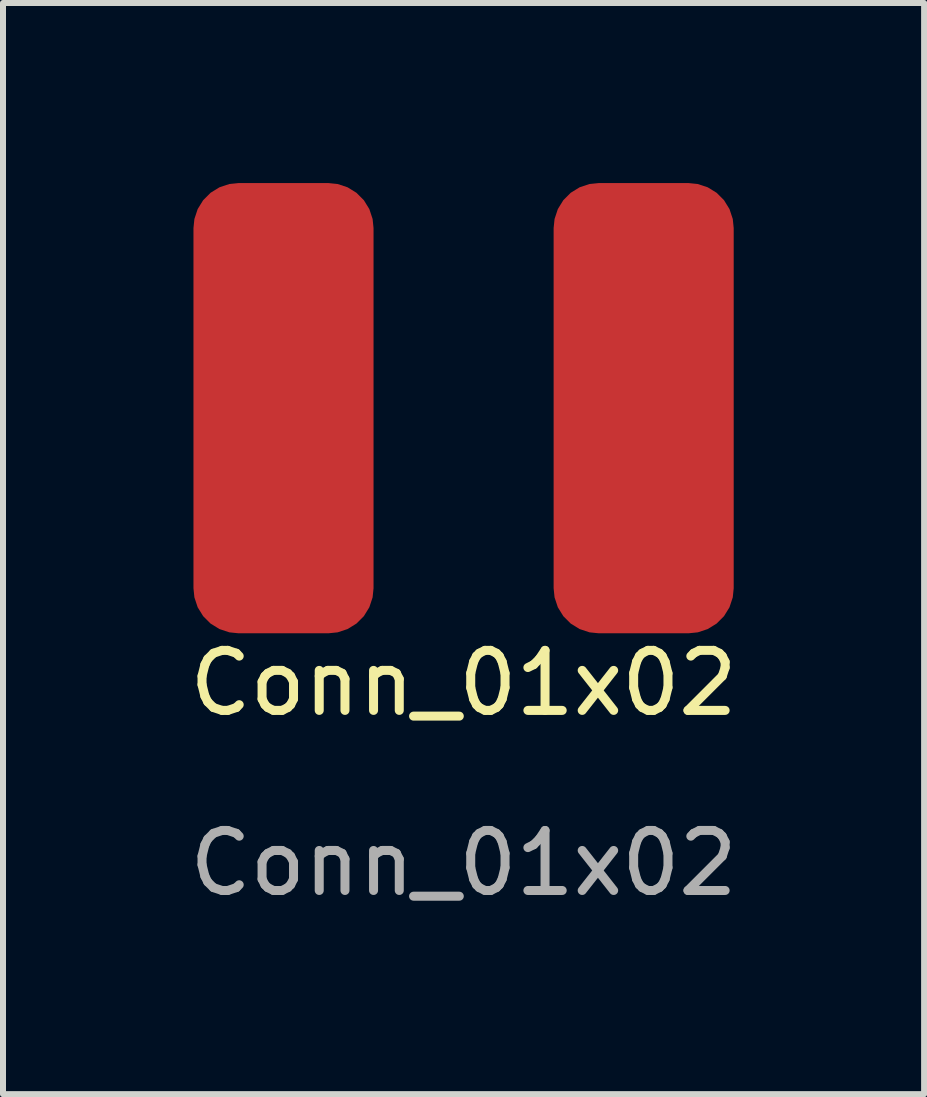
<source format=kicad_pcb>
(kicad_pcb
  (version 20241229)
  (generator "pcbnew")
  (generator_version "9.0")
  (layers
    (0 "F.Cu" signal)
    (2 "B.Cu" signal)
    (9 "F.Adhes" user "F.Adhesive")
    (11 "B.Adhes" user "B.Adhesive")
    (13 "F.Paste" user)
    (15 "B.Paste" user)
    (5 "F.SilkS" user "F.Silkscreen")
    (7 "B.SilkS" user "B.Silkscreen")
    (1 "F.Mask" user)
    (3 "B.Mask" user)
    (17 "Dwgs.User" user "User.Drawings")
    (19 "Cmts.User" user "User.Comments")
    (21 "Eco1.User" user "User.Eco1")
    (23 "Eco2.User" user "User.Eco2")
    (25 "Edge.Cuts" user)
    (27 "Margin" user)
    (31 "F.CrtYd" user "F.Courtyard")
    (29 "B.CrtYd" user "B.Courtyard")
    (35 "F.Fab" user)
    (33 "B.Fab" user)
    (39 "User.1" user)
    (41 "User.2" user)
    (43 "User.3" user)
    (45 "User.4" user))
  (footprint "Conn_01x02"
    (layer "F.Cu")
    (at 4.673 8.83)
    (property "Reference" "Conn_01x02" (at 0 -0.5 0) (unlocked yes) (layer "F.SilkS") (effects (font (size 1 1) (thickness 0.15))))
    (attr smd)
    (fp_text user "${REFERENCE}" (at 0 2.5 0) (unlocked yes) (layer "F.Fab") (effects (font (size 1 1) (thickness 0.15))))
    (pad "1" smd roundrect (at -3 -5.08) (size 3 7.5) (layers "F.Cu" "F.Mask" "F.Paste") (roundrect_rratio 0.25))
    (pad "2" smd roundrect (at 3 -5.08) (size 3 7.5) (layers "F.Cu" "F.Mask" "F.Paste") (roundrect_rratio 0.25)))
  (gr_rect
    (start -3 -3)
    (end 12.345 15.178)
    (stroke (width 0.1) (type default))
    (fill no)
    (layer "Edge.Cuts")))
</source>
